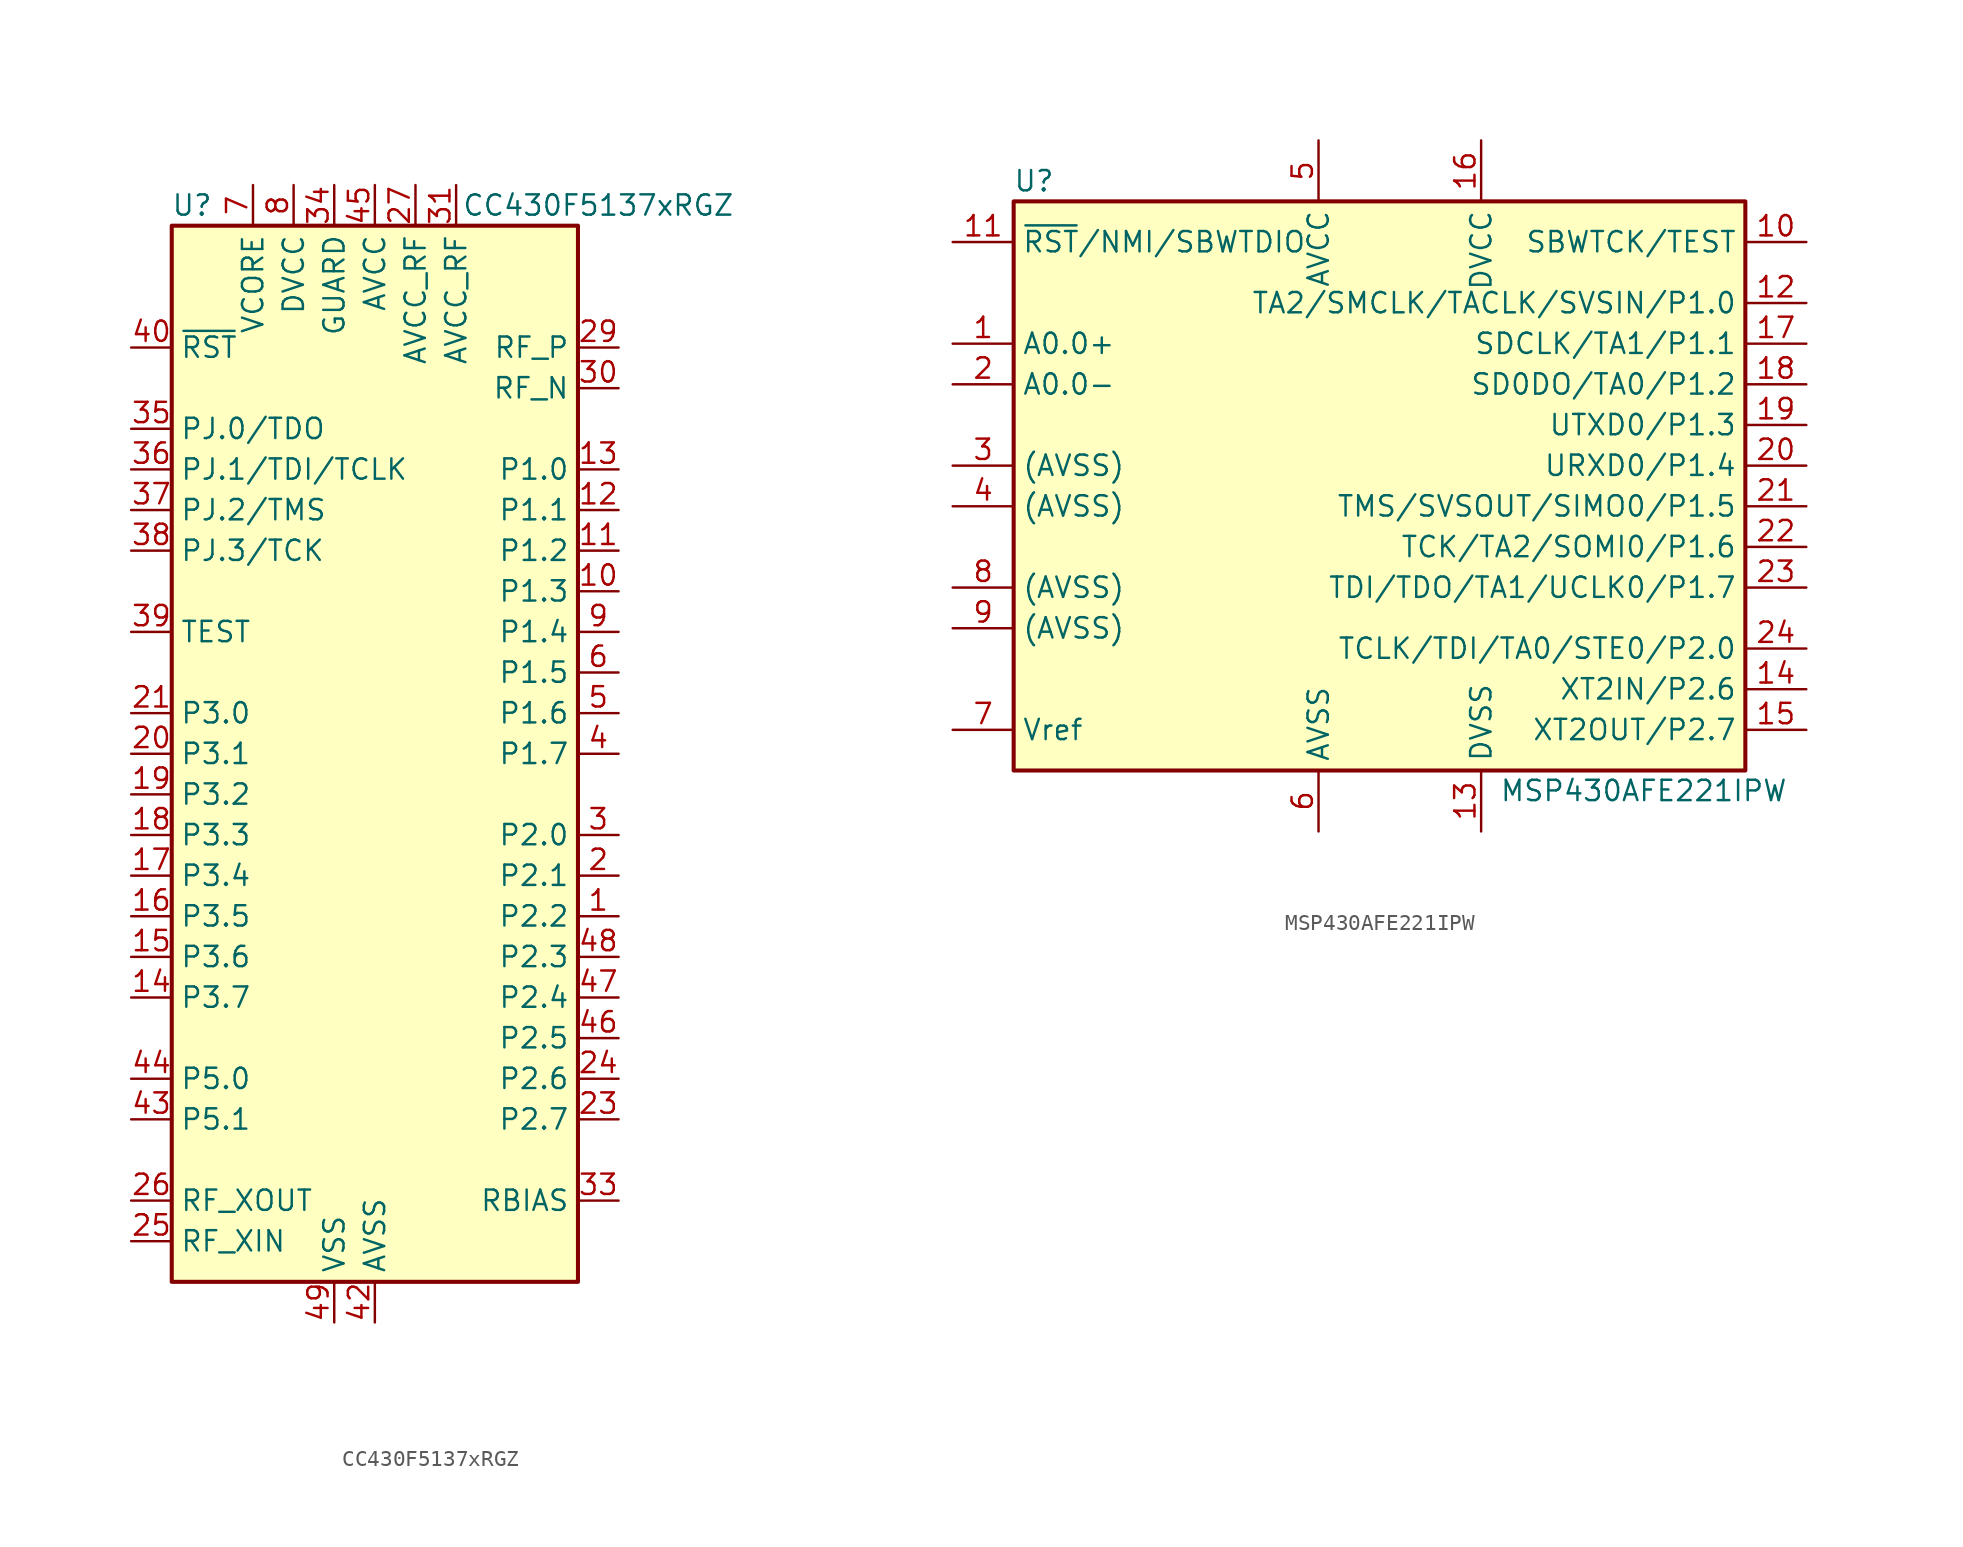
<source format=kicad_sym>
(kicad_symbol_lib
  (version 20201005)
  (generator kicad_symbol_editor)
  (symbol "MCU_Texas_MSP430:CC430F5137xRGZ"
    (property "Reference" "U"
      (at -11.43 34.29 0)
      (effects (font (size 1.27 1.27))))
    (property "Value" "CC430F5137xRGZ"
      (at 13.97 34.29 0)
      (effects (font (size 1.27 1.27))))
    (symbol "CC430F5137xRGZ_0_1"
      (rectangle (start -12.7 33.02) (end 12.7 -33.02) (stroke (width 0.254)) (fill (type background))))
    (symbol "CC430F5137xRGZ_1_1"
      (pin bidirectional line (at 15.24 -10.16 180) (length 2.54) (name "P2.2" (effects (font (size 1.27 1.27)))) (number "1" (effects (font (size 1.27 1.27)))))
      (pin bidirectional line (at 15.24 10.16 180) (length 2.54) (name "P1.3" (effects (font (size 1.27 1.27)))) (number "10" (effects (font (size 1.27 1.27)))))
      (pin bidirectional line (at 15.24 12.7 180) (length 2.54) (name "P1.2" (effects (font (size 1.27 1.27)))) (number "11" (effects (font (size 1.27 1.27)))))
      (pin bidirectional line (at 15.24 15.24 180) (length 2.54) (name "P1.1" (effects (font (size 1.27 1.27)))) (number "12" (effects (font (size 1.27 1.27)))))
      (pin bidirectional line (at 15.24 17.78 180) (length 2.54) (name "P1.0" (effects (font (size 1.27 1.27)))) (number "13" (effects (font (size 1.27 1.27)))))
      (pin bidirectional line (at -15.24 -15.24 0) (length 2.54) (name "P3.7" (effects (font (size 1.27 1.27)))) (number "14" (effects (font (size 1.27 1.27)))))
      (pin bidirectional line (at -15.24 -12.7 0) (length 2.54) (name "P3.6" (effects (font (size 1.27 1.27)))) (number "15" (effects (font (size 1.27 1.27)))))
      (pin bidirectional line (at -15.24 -10.16 0) (length 2.54) (name "P3.5" (effects (font (size 1.27 1.27)))) (number "16" (effects (font (size 1.27 1.27)))))
      (pin bidirectional line (at -15.24 -7.62 0) (length 2.54) (name "P3.4" (effects (font (size 1.27 1.27)))) (number "17" (effects (font (size 1.27 1.27)))))
      (pin bidirectional line (at -15.24 -5.08 0) (length 2.54) (name "P3.3" (effects (font (size 1.27 1.27)))) (number "18" (effects (font (size 1.27 1.27)))))
      (pin bidirectional line (at -15.24 -2.54 0) (length 2.54) (name "P3.2" (effects (font (size 1.27 1.27)))) (number "19" (effects (font (size 1.27 1.27)))))
      (pin bidirectional line (at 15.24 -7.62 180) (length 2.54) (name "P2.1" (effects (font (size 1.27 1.27)))) (number "2" (effects (font (size 1.27 1.27)))))
      (pin bidirectional line (at -15.24 0 0) (length 2.54) (name "P3.1" (effects (font (size 1.27 1.27)))) (number "20" (effects (font (size 1.27 1.27)))))
      (pin bidirectional line (at -15.24 2.54 0) (length 2.54) (name "P3.0" (effects (font (size 1.27 1.27)))) (number "21" (effects (font (size 1.27 1.27)))))
      (pin passive line (at -5.08 35.56 270) (length 2.54) hide (name "DVCC" (effects (font (size 1.27 1.27)))) (number "22" (effects (font (size 1.27 1.27)))))
      (pin bidirectional line (at 15.24 -22.86 180) (length 2.54) (name "P2.7" (effects (font (size 1.27 1.27)))) (number "23" (effects (font (size 1.27 1.27)))))
      (pin bidirectional line (at 15.24 -20.32 180) (length 2.54) (name "P2.6" (effects (font (size 1.27 1.27)))) (number "24" (effects (font (size 1.27 1.27)))))
      (pin input line (at -15.24 -30.48 0) (length 2.54) (name "RF_XIN" (effects (font (size 1.27 1.27)))) (number "25" (effects (font (size 1.27 1.27)))))
      (pin output line (at -15.24 -27.94 0) (length 2.54) (name "RF_XOUT" (effects (font (size 1.27 1.27)))) (number "26" (effects (font (size 1.27 1.27)))))
      (pin power_in line (at 2.54 35.56 270) (length 2.54) (name "AVCC_RF" (effects (font (size 1.27 1.27)))) (number "27" (effects (font (size 1.27 1.27)))))
      (pin passive line (at 2.54 35.56 270) (length 2.54) hide (name "AVCC_RF" (effects (font (size 1.27 1.27)))) (number "28" (effects (font (size 1.27 1.27)))))
      (pin passive line (at 15.24 25.4 180) (length 2.54) (name "RF_P" (effects (font (size 1.27 1.27)))) (number "29" (effects (font (size 1.27 1.27)))))
      (pin bidirectional line (at 15.24 -5.08 180) (length 2.54) (name "P2.0" (effects (font (size 1.27 1.27)))) (number "3" (effects (font (size 1.27 1.27)))))
      (pin passive line (at 15.24 22.86 180) (length 2.54) (name "RF_N" (effects (font (size 1.27 1.27)))) (number "30" (effects (font (size 1.27 1.27)))))
      (pin power_in line (at 5.08 35.56 270) (length 2.54) (name "AVCC_RF" (effects (font (size 1.27 1.27)))) (number "31" (effects (font (size 1.27 1.27)))))
      (pin passive line (at 5.08 35.56 270) (length 2.54) hide (name "AVCC_RF" (effects (font (size 1.27 1.27)))) (number "32" (effects (font (size 1.27 1.27)))))
      (pin passive line (at 15.24 -27.94 180) (length 2.54) (name "RBIAS" (effects (font (size 1.27 1.27)))) (number "33" (effects (font (size 1.27 1.27)))))
      (pin power_in line (at -2.54 35.56 270) (length 2.54) (name "GUARD" (effects (font (size 1.27 1.27)))) (number "34" (effects (font (size 1.27 1.27)))))
      (pin bidirectional line (at -15.24 20.32 0) (length 2.54) (name "PJ.0/TDO" (effects (font (size 1.27 1.27)))) (number "35" (effects (font (size 1.27 1.27)))))
      (pin bidirectional line (at -15.24 17.78 0) (length 2.54) (name "PJ.1/TDI/TCLK" (effects (font (size 1.27 1.27)))) (number "36" (effects (font (size 1.27 1.27)))))
      (pin bidirectional line (at -15.24 15.24 0) (length 2.54) (name "PJ.2/TMS" (effects (font (size 1.27 1.27)))) (number "37" (effects (font (size 1.27 1.27)))))
      (pin bidirectional line (at -15.24 12.7 0) (length 2.54) (name "PJ.3/TCK" (effects (font (size 1.27 1.27)))) (number "38" (effects (font (size 1.27 1.27)))))
      (pin bidirectional line (at -15.24 7.62 0) (length 2.54) (name "TEST" (effects (font (size 1.27 1.27)))) (number "39" (effects (font (size 1.27 1.27)))))
      (pin bidirectional line (at 15.24 0 180) (length 2.54) (name "P1.7" (effects (font (size 1.27 1.27)))) (number "4" (effects (font (size 1.27 1.27)))))
      (pin input line (at -15.24 25.4 0) (length 2.54) (name "~RST" (effects (font (size 1.27 1.27)))) (number "40" (effects (font (size 1.27 1.27)))))
      (pin passive line (at -5.08 35.56 270) (length 2.54) hide (name "DVCC" (effects (font (size 1.27 1.27)))) (number "41" (effects (font (size 1.27 1.27)))))
      (pin power_in line (at 0 -35.56 90) (length 2.54) (name "AVSS" (effects (font (size 1.27 1.27)))) (number "42" (effects (font (size 1.27 1.27)))))
      (pin bidirectional line (at -15.24 -22.86 0) (length 2.54) (name "P5.1" (effects (font (size 1.27 1.27)))) (number "43" (effects (font (size 1.27 1.27)))))
      (pin bidirectional line (at -15.24 -20.32 0) (length 2.54) (name "P5.0" (effects (font (size 1.27 1.27)))) (number "44" (effects (font (size 1.27 1.27)))))
      (pin power_in line (at 0 35.56 270) (length 2.54) (name "AVCC" (effects (font (size 1.27 1.27)))) (number "45" (effects (font (size 1.27 1.27)))))
      (pin bidirectional line (at 15.24 -17.78 180) (length 2.54) (name "P2.5" (effects (font (size 1.27 1.27)))) (number "46" (effects (font (size 1.27 1.27)))))
      (pin bidirectional line (at 15.24 -15.24 180) (length 2.54) (name "P2.4" (effects (font (size 1.27 1.27)))) (number "47" (effects (font (size 1.27 1.27)))))
      (pin bidirectional line (at 15.24 -12.7 180) (length 2.54) (name "P2.3" (effects (font (size 1.27 1.27)))) (number "48" (effects (font (size 1.27 1.27)))))
      (pin power_in line (at -2.54 -35.56 90) (length 2.54) (name "VSS" (effects (font (size 1.27 1.27)))) (number "49" (effects (font (size 1.27 1.27)))))
      (pin bidirectional line (at 15.24 2.54 180) (length 2.54) (name "P1.6" (effects (font (size 1.27 1.27)))) (number "5" (effects (font (size 1.27 1.27)))))
      (pin bidirectional line (at 15.24 5.08 180) (length 2.54) (name "P1.5" (effects (font (size 1.27 1.27)))) (number "6" (effects (font (size 1.27 1.27)))))
      (pin power_in line (at -7.62 35.56 270) (length 2.54) (name "VCORE" (effects (font (size 1.27 1.27)))) (number "7" (effects (font (size 1.27 1.27)))))
      (pin power_in line (at -5.08 35.56 270) (length 2.54) (name "DVCC" (effects (font (size 1.27 1.27)))) (number "8" (effects (font (size 1.27 1.27)))))
      (pin bidirectional line (at 15.24 7.62 180) (length 2.54) (name "P1.4" (effects (font (size 1.27 1.27)))) (number "9" (effects (font (size 1.27 1.27)))))))
  (symbol "MCU_Texas_MSP430:MSP430AFE221IPW"
    (property "Reference" "U"
      (at -22.86 19.05 0)
      (effects (font (size 1.27 1.27))))
    (property "Value" "MSP430AFE221IPW"
      (at 15.24 -19.05 0)
      (effects (font (size 1.27 1.27))))
    (symbol "MSP430AFE221IPW_0_1"
      (rectangle (start -24.13 17.78) (end 21.59 -17.78) (stroke (width 0.254)) (fill (type background))))
    (symbol "MSP430AFE221IPW_1_1"
      (pin passive line (at -27.94 8.89 0) (length 3.81) (name "A0.0+" (effects (font (size 1.27 1.27)))) (number "1" (effects (font (size 1.27 1.27)))))
      (pin input line (at 25.4 15.24 180) (length 3.81) (name "SBWTCK/TEST" (effects (font (size 1.27 1.27)))) (number "10" (effects (font (size 1.27 1.27)))))
      (pin input line (at -27.94 15.24 0) (length 3.81) (name "~RST~/NMI/SBWTDIO" (effects (font (size 1.27 1.27)))) (number "11" (effects (font (size 1.27 1.27)))))
      (pin bidirectional line (at 25.4 11.43 180) (length 3.81) (name "TA2/SMCLK/TACLK/SVSIN/P1.0" (effects (font (size 1.27 1.27)))) (number "12" (effects (font (size 1.27 1.27)))))
      (pin power_in line (at 5.08 -21.59 90) (length 3.81) (name "DVSS" (effects (font (size 1.27 1.27)))) (number "13" (effects (font (size 1.27 1.27)))))
      (pin bidirectional line (at 25.4 -12.7 180) (length 3.81) (name "XT2IN/P2.6" (effects (font (size 1.27 1.27)))) (number "14" (effects (font (size 1.27 1.27)))))
      (pin bidirectional line (at 25.4 -15.24 180) (length 3.81) (name "XT2OUT/P2.7" (effects (font (size 1.27 1.27)))) (number "15" (effects (font (size 1.27 1.27)))))
      (pin power_in line (at 5.08 21.59 270) (length 3.81) (name "DVCC" (effects (font (size 1.27 1.27)))) (number "16" (effects (font (size 1.27 1.27)))))
      (pin bidirectional line (at 25.4 8.89 180) (length 3.81) (name "SDCLK/TA1/P1.1" (effects (font (size 1.27 1.27)))) (number "17" (effects (font (size 1.27 1.27)))))
      (pin bidirectional line (at 25.4 6.35 180) (length 3.81) (name "SD0DO/TA0/P1.2" (effects (font (size 1.27 1.27)))) (number "18" (effects (font (size 1.27 1.27)))))
      (pin bidirectional line (at 25.4 3.81 180) (length 3.81) (name "UTXD0/P1.3" (effects (font (size 1.27 1.27)))) (number "19" (effects (font (size 1.27 1.27)))))
      (pin passive line (at -27.94 6.35 0) (length 3.81) (name "A0.0-" (effects (font (size 1.27 1.27)))) (number "2" (effects (font (size 1.27 1.27)))))
      (pin bidirectional line (at 25.4 1.27 180) (length 3.81) (name "URXD0/P1.4" (effects (font (size 1.27 1.27)))) (number "20" (effects (font (size 1.27 1.27)))))
      (pin bidirectional line (at 25.4 -1.27 180) (length 3.81) (name "TMS/SVSOUT/SIMO0/P1.5" (effects (font (size 1.27 1.27)))) (number "21" (effects (font (size 1.27 1.27)))))
      (pin bidirectional line (at 25.4 -3.81 180) (length 3.81) (name "TCK/TA2/SOMI0/P1.6" (effects (font (size 1.27 1.27)))) (number "22" (effects (font (size 1.27 1.27)))))
      (pin bidirectional line (at 25.4 -6.35 180) (length 3.81) (name "TDI/TDO/TA1/UCLK0/P1.7" (effects (font (size 1.27 1.27)))) (number "23" (effects (font (size 1.27 1.27)))))
      (pin bidirectional line (at 25.4 -10.16 180) (length 3.81) (name "TCLK/TDI/TA0/STE0/P2.0" (effects (font (size 1.27 1.27)))) (number "24" (effects (font (size 1.27 1.27)))))
      (pin passive line (at -27.94 1.27 0) (length 3.81) (name "(AVSS)" (effects (font (size 1.27 1.27)))) (number "3" (effects (font (size 1.27 1.27)))))
      (pin passive line (at -27.94 -1.27 0) (length 3.81) (name "(AVSS)" (effects (font (size 1.27 1.27)))) (number "4" (effects (font (size 1.27 1.27)))))
      (pin power_in line (at -5.08 21.59 270) (length 3.81) (name "AVCC" (effects (font (size 1.27 1.27)))) (number "5" (effects (font (size 1.27 1.27)))))
      (pin power_in line (at -5.08 -21.59 90) (length 3.81) (name "AVSS" (effects (font (size 1.27 1.27)))) (number "6" (effects (font (size 1.27 1.27)))))
      (pin passive line (at -27.94 -15.24 0) (length 3.81) (name "Vref" (effects (font (size 1.27 1.27)))) (number "7" (effects (font (size 1.27 1.27)))))
      (pin passive line (at -27.94 -6.35 0) (length 3.81) (name "(AVSS)" (effects (font (size 1.27 1.27)))) (number "8" (effects (font (size 1.27 1.27)))))
      (pin passive line (at -27.94 -8.89 0) (length 3.81) (name "(AVSS)" (effects (font (size 1.27 1.27)))) (number "9" (effects (font (size 1.27 1.27))))))))
</source>
